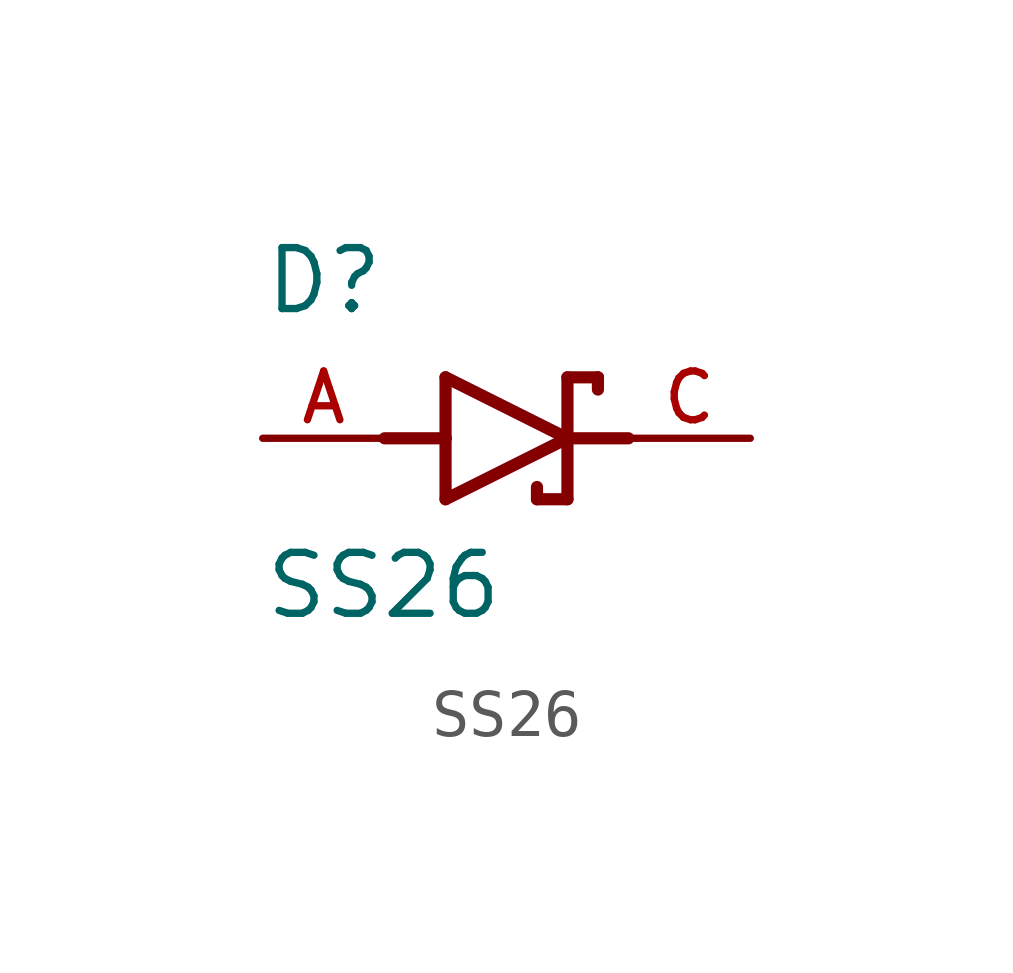
<source format=kicad_sym>
(kicad_symbol_lib
  (version 20211014)
  (generator kicad_symbol_editor)
  (symbol "SS26"
    (pin_names
      (offset 1.016))
    (property "Reference" "D"
      (at -5.08 2.54 0)
      (effects (font (size 1.27 1.27)) (justify bottom left)))
    (property "Value" "SS26"
      (at -5.08 -3.81 0)
      (effects (font (size 1.27 1.27)) (justify bottom left)))
    (symbol "SS26_0_0"
      (polyline (pts (xy -1.27 -1.27) (xy 1.27 0.0)) (stroke (width 0.254)))
      (polyline (pts (xy 1.27 0.0) (xy -1.27 1.27)) (stroke (width 0.254)))
      (polyline (pts (xy 1.905 1.27) (xy 1.27 1.27)) (stroke (width 0.254)))
      (polyline (pts (xy 1.27 1.27) (xy 1.27 0.0)) (stroke (width 0.254)))
      (polyline (pts (xy -1.27 1.27) (xy -1.27 0.0)) (stroke (width 0.254)))
      (polyline (pts (xy -1.27 0.0) (xy -1.27 -1.27)) (stroke (width 0.254)))
      (polyline (pts (xy 1.27 0.0) (xy 1.27 -1.27)) (stroke (width 0.254)))
      (polyline (pts (xy 1.905 1.27) (xy 1.905 1.016)) (stroke (width 0.254)))
      (polyline (pts (xy 1.27 -1.27) (xy 0.635 -1.27)) (stroke (width 0.254)))
      (polyline (pts (xy 0.635 -1.016) (xy 0.635 -1.27)) (stroke (width 0.254)))
      (polyline (pts (xy -2.54 0.0) (xy -1.27 0.0)) (stroke (width 0.254)))
      (polyline (pts (xy 2.54 0.0) (xy 1.27 0.0)) (stroke (width 0.254)))
      (pin passive line (at 5.08 0.0 180.0) (length 2.54) (name "~" (effects (font (size 1.016 1.016)))) (number "C" (effects (font (size 1.016 1.016)))))
      (pin passive line (at -5.08 0.0 0) (length 2.54) (name "~" (effects (font (size 1.016 1.016)))) (number "A" (effects (font (size 1.016 1.016))))))))
</source>
